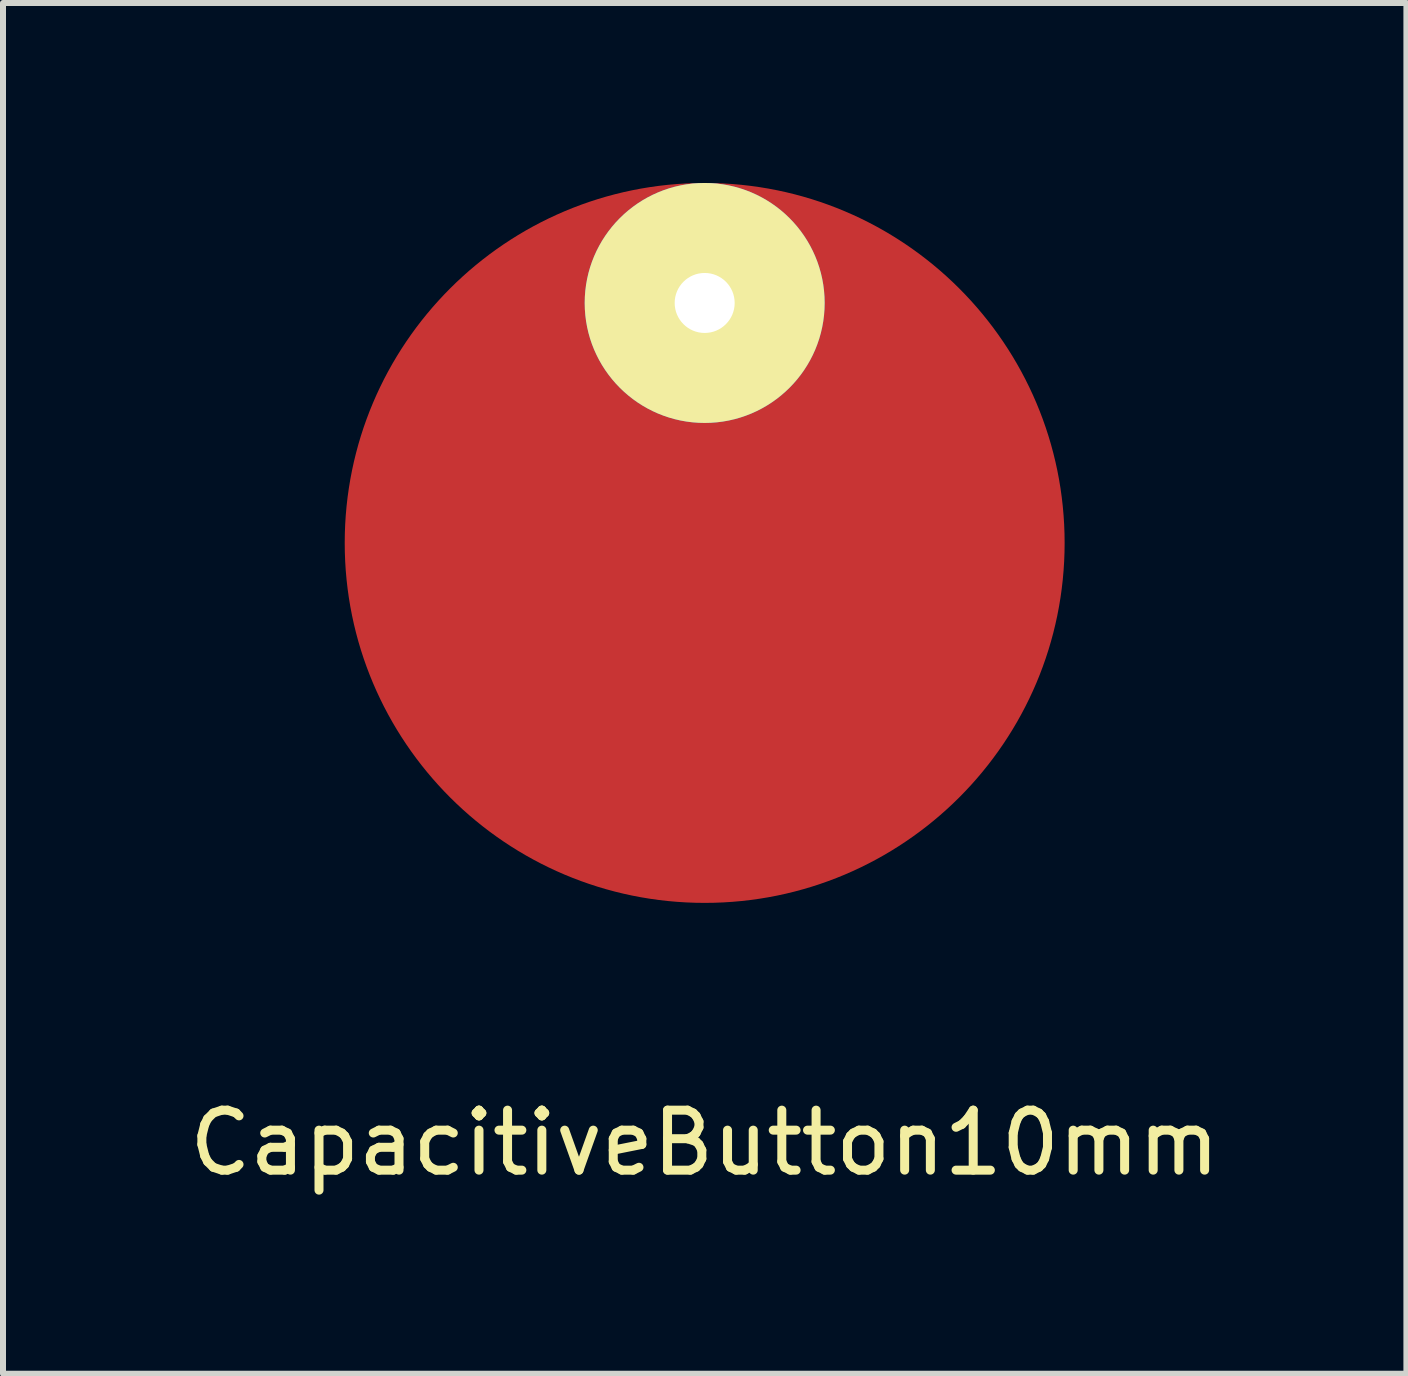
<source format=kicad_pcb>
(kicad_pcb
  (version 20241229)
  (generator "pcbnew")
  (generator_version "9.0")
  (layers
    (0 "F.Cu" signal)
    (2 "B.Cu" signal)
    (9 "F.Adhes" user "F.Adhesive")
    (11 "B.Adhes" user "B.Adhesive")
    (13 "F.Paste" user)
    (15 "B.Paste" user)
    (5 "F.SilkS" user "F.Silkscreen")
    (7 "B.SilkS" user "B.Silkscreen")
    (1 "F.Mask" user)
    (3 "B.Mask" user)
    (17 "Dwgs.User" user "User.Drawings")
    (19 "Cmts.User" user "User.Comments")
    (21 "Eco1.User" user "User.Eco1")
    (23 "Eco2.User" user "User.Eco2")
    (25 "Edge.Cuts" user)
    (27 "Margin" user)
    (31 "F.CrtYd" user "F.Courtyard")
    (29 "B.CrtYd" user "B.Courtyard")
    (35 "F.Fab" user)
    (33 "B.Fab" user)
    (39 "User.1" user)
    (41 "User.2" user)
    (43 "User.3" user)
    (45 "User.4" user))
  (footprint "CapacitiveButton10mm"
    (layer "F.Cu")
    (at 8.696 6)
    (property "Reference" "CapacitiveButton10mm" (at 0 10 0) (layer "F.SilkS") (effects (font (size 1 1) (thickness 0.15))))
    (attr through_hole)
    (pad "1" thru_hole circle (at 0 -4) (size 4 4) (drill 1) (layers "*.Cu" "*.Mask" "F.SilkS"))
    (pad "1" smd circle (at 0 0) (size 12 12) (layers "F.Cu" "F.Mask" "F.Paste")))
  (gr_rect
    (start -3 -3)
    (end 20.393 19.848)
    (stroke (width 0.1) (type default))
    (fill no)
    (layer "Edge.Cuts")))
</source>
